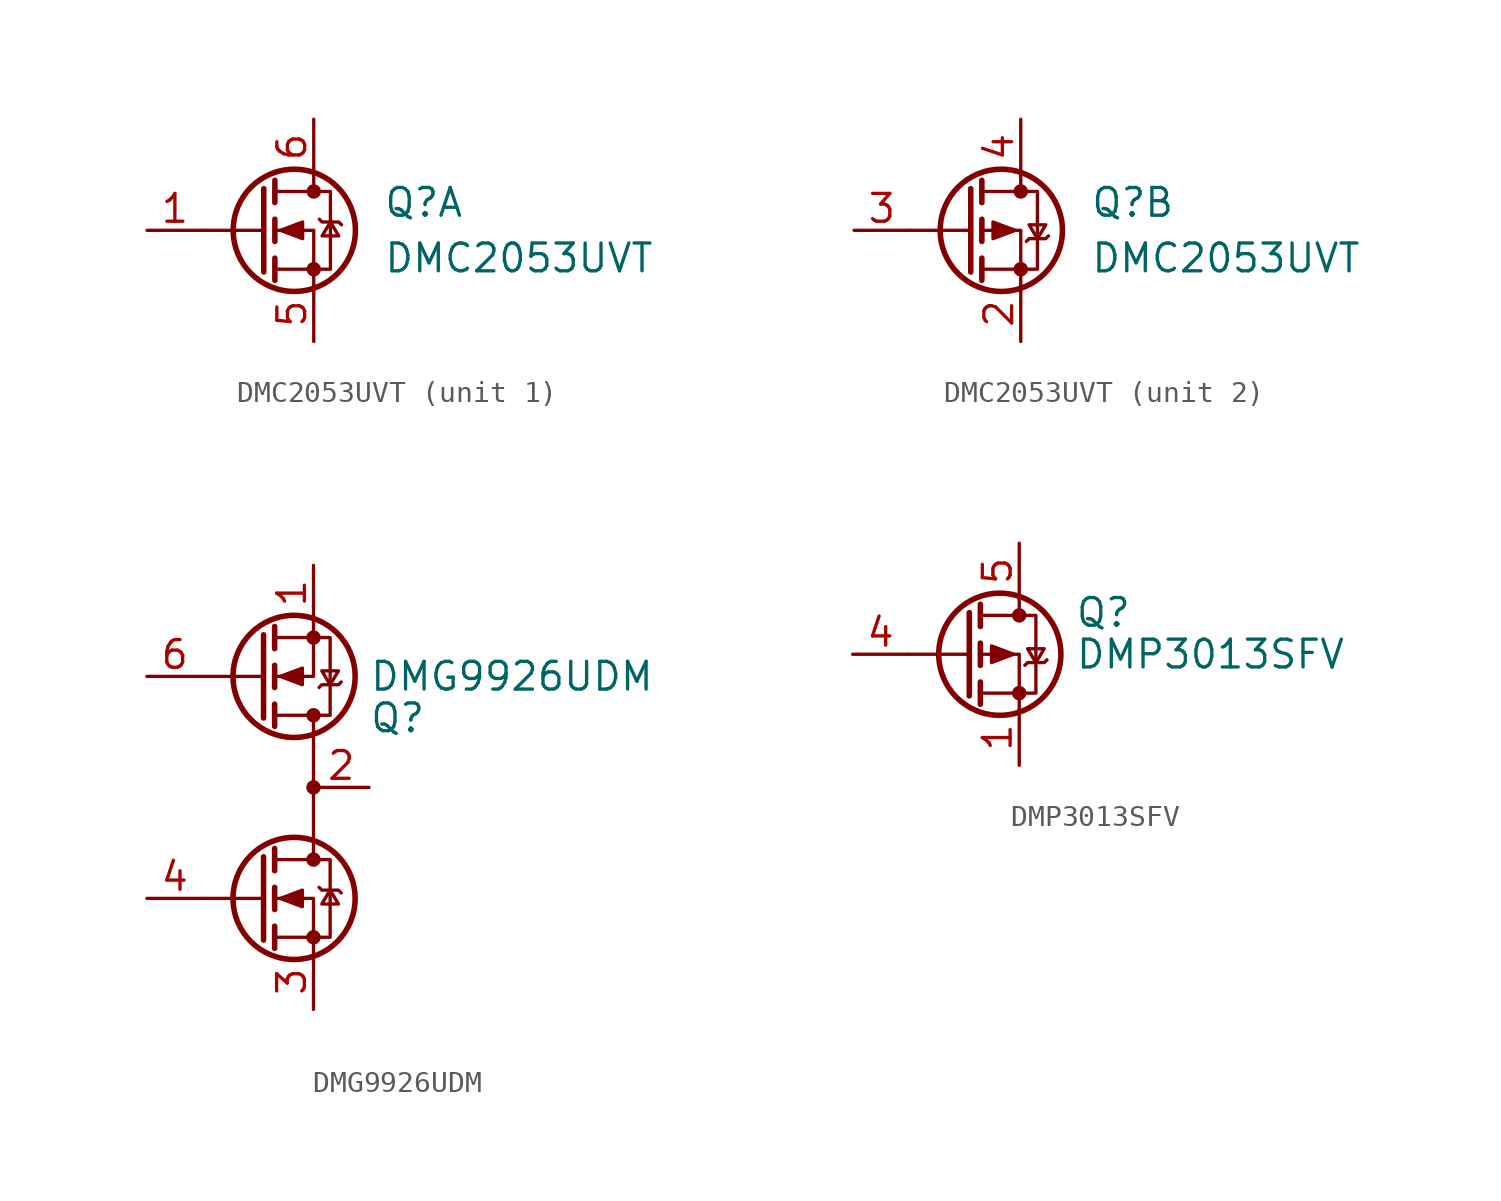
<source format=kicad_sym>
(kicad_symbol_lib
  (version 20220914)
  (generator kicad_symbol_editor)
  (symbol "DMC2053UVT"
    (pin_names hide)
    (property "Reference" "Q"
      (at 3.175 1.27 0)
      (effects (font (size 1.27 1.27)) (justify left)))
    (property "Value" "DMC2053UVT"
      (at 3.175 -1.27 0)
      (effects (font (size 1.27 1.27)) (justify left)))
    (symbol "DMC2053UVT_0_1"
      (circle (center -0.889 0) (radius 2.794) (stroke (width 0.254) (type default)) (fill (type none)))
      (circle (center 0 -1.778) (radius 0.254) (stroke (width 0) (type default)) (fill (type outline)))
      (polyline (pts (xy -2.286 0) (xy -5.08 0)) (stroke (width 0) (type default)) (fill (type none)))
      (polyline (pts (xy -2.286 1.905) (xy -2.286 -1.905)) (stroke (width 0.254) (type default)) (fill (type none)))
      (polyline (pts (xy -1.778 -1.27) (xy -1.778 -2.286)) (stroke (width 0.254) (type default)) (fill (type none)))
      (polyline (pts (xy -1.778 0.508) (xy -1.778 -0.508)) (stroke (width 0.254) (type default)) (fill (type none)))
      (polyline (pts (xy -1.778 2.286) (xy -1.778 1.27)) (stroke (width 0.254) (type default)) (fill (type none)))
      (polyline (pts (xy 0 2.54) (xy 0 1.778)) (stroke (width 0) (type default)) (fill (type none)))
      (polyline (pts (xy 0 -2.54) (xy 0 0) (xy -1.778 0)) (stroke (width 0) (type default)) (fill (type none)))
      (polyline (pts (xy -1.778 -1.778) (xy 0.762 -1.778) (xy 0.762 1.778) (xy -1.778 1.778)) (stroke (width 0) (type default)) (fill (type none)))
      (circle (center 0 1.778) (radius 0.254) (stroke (width 0) (type default)) (fill (type outline))))
    (symbol "DMC2053UVT_1_1"
      (polyline (pts (xy -1.524 0) (xy -0.508 0.381) (xy -0.508 -0.381) (xy -1.524 0)) (stroke (width 0) (type default)) (fill (type outline)))
      (polyline (pts (xy 0.254 0.508) (xy 0.381 0.381) (xy 1.143 0.381) (xy 1.27 0.254)) (stroke (width 0) (type default)) (fill (type none)))
      (polyline (pts (xy 0.762 0.381) (xy 0.381 -0.254) (xy 1.143 -0.254) (xy 0.762 0.381)) (stroke (width 0) (type default)) (fill (type none)))
      (pin passive line (at -7.62 0 0) (length 2.54) (name "G" (effects (font (size 1.27 1.27)))) (number "1" (effects (font (size 1.27 1.27)))))
      (pin passive line (at 0 -5.08 90) (length 2.54) (name "S" (effects (font (size 1.27 1.27)))) (number "5" (effects (font (size 1.27 1.27)))))
      (pin passive line (at 0 5.08 270) (length 2.54) (name "D" (effects (font (size 1.27 1.27)))) (number "6" (effects (font (size 1.27 1.27))))))
    (symbol "DMC2053UVT_2_1"
      (polyline (pts (xy -0.254 0) (xy -1.27 0.381) (xy -1.27 -0.381) (xy -0.254 0)) (stroke (width 0) (type default)) (fill (type outline)))
      (polyline (pts (xy 0.254 -0.508) (xy 0.381 -0.381) (xy 1.143 -0.381) (xy 1.27 -0.254)) (stroke (width 0) (type default)) (fill (type none)))
      (polyline (pts (xy 0.762 -0.381) (xy 0.381 0.254) (xy 1.143 0.254) (xy 0.762 -0.381)) (stroke (width 0) (type default)) (fill (type none)))
      (pin passive line (at 0 -5.08 90) (length 2.54) (name "S" (effects (font (size 1.27 1.27)))) (number "2" (effects (font (size 1.27 1.27)))))
      (pin passive line (at -7.62 0 0) (length 2.54) (name "G" (effects (font (size 1.27 1.27)))) (number "3" (effects (font (size 1.27 1.27)))))
      (pin passive line (at 0 5.08 270) (length 2.54) (name "D" (effects (font (size 1.27 1.27)))) (number "4" (effects (font (size 1.27 1.27)))))))
  (symbol "DMG9926UDM"
    (pin_names hide)
    (property "Reference" "Q"
      (at 2.54 3.175 0)
      (effects (font (size 1.27 1.27)) (justify left)))
    (property "Value" "DMG9926UDM"
      (at 2.54 5.08 0)
      (effects (font (size 1.27 1.27)) (justify left)))
    (symbol "DMG9926UDM_0_1"
      (circle (center -0.889 5.08) (radius 2.794) (stroke (width 0.254) (type default)) (fill (type none)))
      (polyline (pts (xy -2.286 3.175) (xy -2.286 6.985)) (stroke (width 0.254) (type default)) (fill (type none)))
      (polyline (pts (xy -2.286 5.08) (xy -5.08 5.08)) (stroke (width 0) (type default)) (fill (type none)))
      (polyline (pts (xy -1.778 2.794) (xy -1.778 3.81)) (stroke (width 0.254) (type default)) (fill (type none)))
      (polyline (pts (xy -1.778 4.572) (xy -1.778 5.588)) (stroke (width 0.254) (type default)) (fill (type none)))
      (polyline (pts (xy -1.778 6.35) (xy -1.778 7.366)) (stroke (width 0.254) (type default)) (fill (type none)))
      (polyline (pts (xy 0 -3.302) (xy 0 3.302)) (stroke (width 0) (type default)) (fill (type none)))
      (polyline (pts (xy 0 7.62) (xy 0 5.08) (xy -1.778 5.08)) (stroke (width 0) (type default)) (fill (type none)))
      (polyline (pts (xy -1.778 6.858) (xy 0.762 6.858) (xy 0.762 3.302) (xy -1.778 3.302)) (stroke (width 0) (type default)) (fill (type none)))
      (polyline (pts (xy -1.524 5.08) (xy -0.508 4.699) (xy -0.508 5.461) (xy -1.524 5.08)) (stroke (width 0) (type default)) (fill (type outline)))
      (polyline (pts (xy 0.254 4.572) (xy 0.381 4.699) (xy 1.143 4.699) (xy 1.27 4.826)) (stroke (width 0) (type default)) (fill (type none)))
      (polyline (pts (xy 0.762 4.699) (xy 0.381 5.334) (xy 1.143 5.334) (xy 0.762 4.699)) (stroke (width 0) (type default)) (fill (type none)))
      (circle (center 0 3.302) (radius 0.254) (stroke (width 0) (type default)) (fill (type outline)))
      (circle (center 0 6.858) (radius 0.254) (stroke (width 0) (type default)) (fill (type outline))))
    (symbol "DMG9926UDM_1_1"
      (circle (center -0.889 -5.08) (radius 2.794) (stroke (width 0.254) (type default)) (fill (type none)))
      (circle (center 0 -6.858) (radius 0.254) (stroke (width 0) (type default)) (fill (type outline)))
      (circle (center 0 -3.302) (radius 0.254) (stroke (width 0) (type default)) (fill (type outline)))
      (polyline (pts (xy -2.286 -5.08) (xy -5.08 -5.08)) (stroke (width 0) (type default)) (fill (type none)))
      (polyline (pts (xy -2.286 -3.175) (xy -2.286 -6.985)) (stroke (width 0.254) (type default)) (fill (type none)))
      (polyline (pts (xy -1.778 -6.35) (xy -1.778 -7.366)) (stroke (width 0.254) (type default)) (fill (type none)))
      (polyline (pts (xy -1.778 -4.572) (xy -1.778 -5.588)) (stroke (width 0.254) (type default)) (fill (type none)))
      (polyline (pts (xy -1.778 -2.794) (xy -1.778 -3.81)) (stroke (width 0.254) (type default)) (fill (type none)))
      (polyline (pts (xy 0 -7.62) (xy 0 -5.08) (xy -1.778 -5.08)) (stroke (width 0) (type default)) (fill (type none)))
      (polyline (pts (xy -1.778 -6.858) (xy 0.762 -6.858) (xy 0.762 -3.302) (xy -1.778 -3.302)) (stroke (width 0) (type default)) (fill (type none)))
      (polyline (pts (xy -1.524 -5.08) (xy -0.508 -4.699) (xy -0.508 -5.461) (xy -1.524 -5.08)) (stroke (width 0) (type default)) (fill (type outline)))
      (polyline (pts (xy 0.254 -4.572) (xy 0.381 -4.699) (xy 1.143 -4.699) (xy 1.27 -4.826)) (stroke (width 0) (type default)) (fill (type none)))
      (polyline (pts (xy 0.762 -4.699) (xy 0.381 -5.334) (xy 1.143 -5.334) (xy 0.762 -4.699)) (stroke (width 0) (type default)) (fill (type none)))
      (circle (center 0 0) (radius 0.254) (stroke (width 0) (type default)) (fill (type outline)))
      (pin passive line (at 0 10.16 270) (length 2.54) (name "D1" (effects (font (size 1.27 1.27)))) (number "1" (effects (font (size 1.27 1.27)))))
      (pin passive line (at 2.54 0 180) (length 2.54) (name "S1/D2" (effects (font (size 1.27 1.27)))) (number "2" (effects (font (size 1.27 1.27)))))
      (pin passive line (at 0 -10.16 90) (length 2.54) (name "S2" (effects (font (size 1.27 1.27)))) (number "3" (effects (font (size 1.27 1.27)))))
      (pin input line (at -7.62 -5.08 0) (length 2.54) (name "G2" (effects (font (size 1.27 1.27)))) (number "4" (effects (font (size 1.27 1.27)))))
      (pin passive line (at 2.54 0 180) (length 2.54) hide (name "S1/D2" (effects (font (size 1.27 1.27)))) (number "5" (effects (font (size 1.27 1.27)))))
      (pin input line (at -7.62 5.08 0) (length 2.54) (name "G1" (effects (font (size 1.27 1.27)))) (number "6" (effects (font (size 1.27 1.27)))))))
  (symbol "DMP3013SFV"
    (pin_names hide)
    (property "Reference" "Q"
      (at 5.08 1.905 0)
      (effects (font (size 1.27 1.27)) (justify left)))
    (property "Value" "DMP3013SFV"
      (at 5.08 0 0)
      (effects (font (size 1.27 1.27)) (justify left)))
    (symbol "DMP3013SFV_0_1"
      (polyline (pts (xy 0.254 0) (xy -2.54 0)) (stroke (width 0) (type default)) (fill (type none)))
      (polyline (pts (xy 0.254 1.905) (xy 0.254 -1.905)) (stroke (width 0.254) (type default)) (fill (type none)))
      (polyline (pts (xy 0.762 -1.27) (xy 0.762 -2.286)) (stroke (width 0.254) (type default)) (fill (type none)))
      (polyline (pts (xy 0.762 0.508) (xy 0.762 -0.508)) (stroke (width 0.254) (type default)) (fill (type none)))
      (polyline (pts (xy 0.762 2.286) (xy 0.762 1.27)) (stroke (width 0.254) (type default)) (fill (type none)))
      (polyline (pts (xy 2.54 2.54) (xy 2.54 1.778)) (stroke (width 0) (type default)) (fill (type none)))
      (polyline (pts (xy 2.54 -2.54) (xy 2.54 0) (xy 0.762 0)) (stroke (width 0) (type default)) (fill (type none)))
      (polyline (pts (xy 0.762 1.778) (xy 3.302 1.778) (xy 3.302 -1.778) (xy 0.762 -1.778)) (stroke (width 0) (type default)) (fill (type none)))
      (polyline (pts (xy 2.286 0) (xy 1.27 0.381) (xy 1.27 -0.381) (xy 2.286 0)) (stroke (width 0) (type default)) (fill (type outline)))
      (polyline (pts (xy 2.794 -0.508) (xy 2.921 -0.381) (xy 3.683 -0.381) (xy 3.81 -0.254)) (stroke (width 0) (type default)) (fill (type none)))
      (polyline (pts (xy 3.302 -0.381) (xy 2.921 0.254) (xy 3.683 0.254) (xy 3.302 -0.381)) (stroke (width 0) (type default)) (fill (type none)))
      (circle (center 1.651 0) (radius 2.794) (stroke (width 0.254) (type default)) (fill (type none)))
      (circle (center 2.54 -1.778) (radius 0.254) (stroke (width 0) (type default)) (fill (type outline)))
      (circle (center 2.54 1.778) (radius 0.254) (stroke (width 0) (type default)) (fill (type outline))))
    (symbol "DMP3013SFV_1_1"
      (pin passive line (at 2.54 -5.08 90) (length 2.54) (name "S" (effects (font (size 1.27 1.27)))) (number "1" (effects (font (size 1.27 1.27)))))
      (pin passive line (at 2.54 -5.08 90) (length 2.54) hide (name "S" (effects (font (size 1.27 1.27)))) (number "2" (effects (font (size 1.27 1.27)))))
      (pin passive line (at 2.54 -5.08 90) (length 2.54) hide (name "S" (effects (font (size 1.27 1.27)))) (number "3" (effects (font (size 1.27 1.27)))))
      (pin passive line (at -5.08 0 0) (length 2.54) (name "G" (effects (font (size 1.27 1.27)))) (number "4" (effects (font (size 1.27 1.27)))))
      (pin passive line (at 2.54 5.08 270) (length 2.54) (name "D" (effects (font (size 1.27 1.27)))) (number "5" (effects (font (size 1.27 1.27))))))))
</source>
